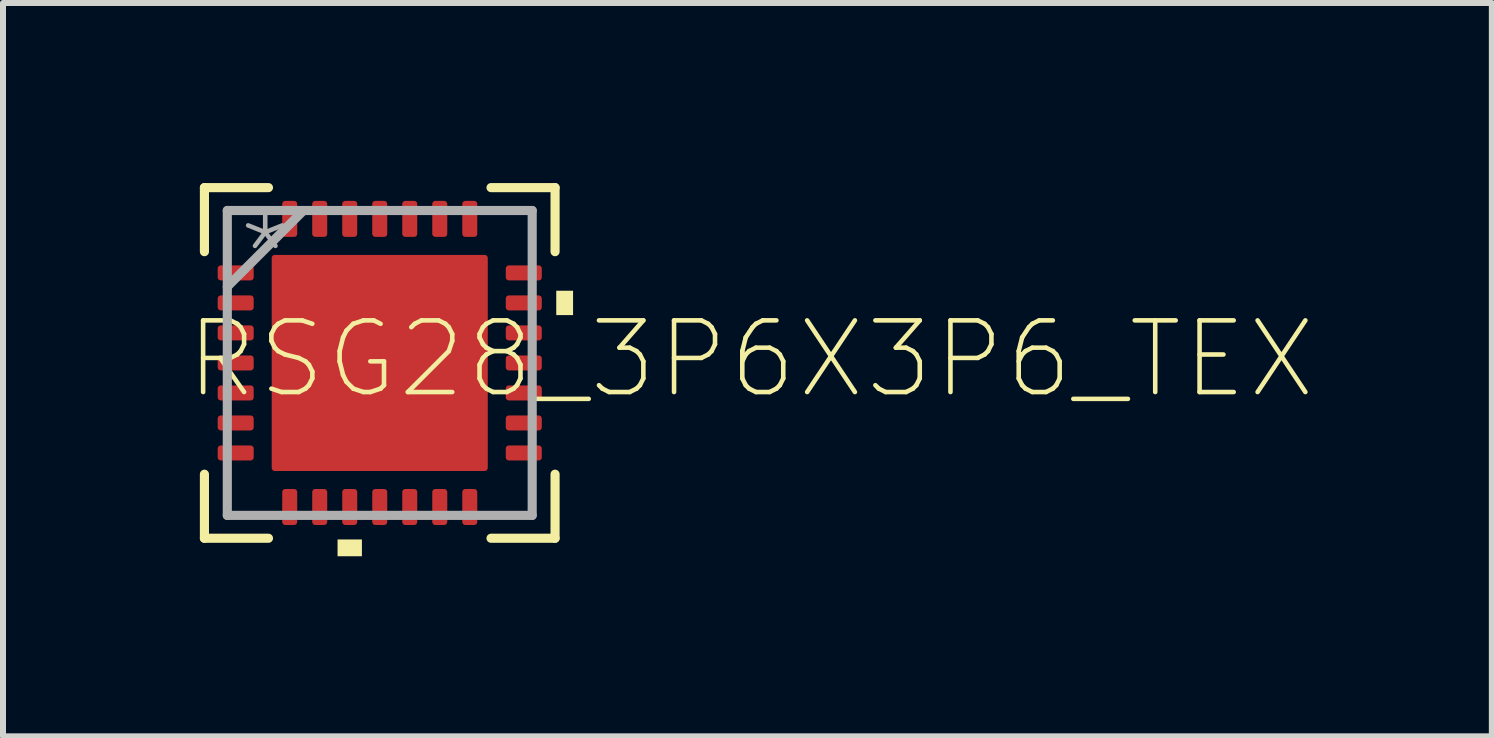
<source format=kicad_pcb>
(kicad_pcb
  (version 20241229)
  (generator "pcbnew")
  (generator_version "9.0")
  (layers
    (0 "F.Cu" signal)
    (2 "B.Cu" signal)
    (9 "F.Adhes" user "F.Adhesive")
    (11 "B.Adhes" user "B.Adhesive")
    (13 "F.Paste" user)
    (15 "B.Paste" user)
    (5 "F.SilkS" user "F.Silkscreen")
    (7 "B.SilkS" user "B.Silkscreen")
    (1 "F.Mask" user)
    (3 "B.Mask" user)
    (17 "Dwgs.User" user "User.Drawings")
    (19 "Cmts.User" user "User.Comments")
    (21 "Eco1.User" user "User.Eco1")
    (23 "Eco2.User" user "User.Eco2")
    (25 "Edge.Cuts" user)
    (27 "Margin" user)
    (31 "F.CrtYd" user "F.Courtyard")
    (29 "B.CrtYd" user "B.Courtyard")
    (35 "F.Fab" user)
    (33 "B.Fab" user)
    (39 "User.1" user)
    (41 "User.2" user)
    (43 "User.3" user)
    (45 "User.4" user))
  (footprint "RSG28_3P6X3P6_TEX"
    (layer "F.Cu")
    (at 3.277 2.997)
    (property "Reference" "RSG28_3P6X3P6_TEX" (at -3.277 0.635 0) (layer "F.SilkS") (effects (font (size 1.194 1.194) (thickness 0.076)) (justify left bottom)))
    (fp_poly (pts (xy -1.368 1.876) (xy -1.876 1.876) (xy -1.876 -1.876) (xy -1.368 -1.876)) (stroke (width 0) (type solid)) (fill yes) (layer "F.Mask"))
    (fp_poly (pts (xy -0.581 1.876) (xy -0.994 1.876) (xy -0.994 -1.876) (xy -0.581 -1.876)) (stroke (width 0) (type solid)) (fill yes) (layer "F.Mask"))
    (fp_poly (pts (xy 0.206 1.876) (xy -0.206 1.876) (xy -0.206 -1.876) (xy 0.206 -1.876)) (stroke (width 0) (type solid)) (fill yes) (layer "F.Mask"))
    (fp_poly (pts (xy 0.994 1.876) (xy 0.581 1.876) (xy 0.581 -1.876) (xy 0.994 -1.876)) (stroke (width 0) (type solid)) (fill yes) (layer "F.Mask"))
    (fp_poly (pts (xy 1.876 -1.368) (xy -1.876 -1.368) (xy -1.876 -1.876) (xy 1.876 -1.876)) (stroke (width 0) (type solid)) (fill yes) (layer "F.Mask"))
    (fp_poly (pts (xy 1.876 -0.581) (xy -1.876 -0.581) (xy -1.876 -0.994) (xy 1.876 -0.994)) (stroke (width 0) (type solid)) (fill yes) (layer "F.Mask"))
    (fp_poly (pts (xy 1.876 0.206) (xy -1.876 0.206) (xy -1.876 -0.206) (xy 1.876 -0.206)) (stroke (width 0) (type solid)) (fill yes) (layer "F.Mask"))
    (fp_poly (pts (xy 1.876 0.994) (xy -1.876 0.994) (xy -1.876 0.581) (xy 1.876 0.581)) (stroke (width 0) (type solid)) (fill yes) (layer "F.Mask"))
    (fp_poly (pts (xy 1.876 1.876) (xy -1.876 1.876) (xy -1.876 1.368) (xy 1.876 1.368)) (stroke (width 0) (type solid)) (fill yes) (layer "F.Mask"))
    (fp_poly (pts (xy 1.876 1.876) (xy 1.368 1.876) (xy 1.368 -1.876) (xy 1.876 -1.876)) (stroke (width 0) (type solid)) (fill yes) (layer "F.Mask"))
    (fp_line (start -2.921 -2.921) (end -2.921 -1.854) (stroke (width 0.152) (type solid)) (layer "F.SilkS"))
    (fp_line (start -2.921 1.854) (end -2.921 2.921) (stroke (width 0.152) (type solid)) (layer "F.SilkS"))
    (fp_line (start -2.921 2.921) (end -1.854 2.921) (stroke (width 0.152) (type solid)) (layer "F.SilkS"))
    (fp_line (start -1.854 -2.921) (end -2.921 -2.921) (stroke (width 0.152) (type solid)) (layer "F.SilkS"))
    (fp_line (start 1.854 2.921) (end 2.921 2.921) (stroke (width 0.152) (type solid)) (layer "F.SilkS"))
    (fp_line (start 2.921 -2.921) (end 1.854 -2.921) (stroke (width 0.152) (type solid)) (layer "F.SilkS"))
    (fp_line (start 2.921 -1.854) (end 2.921 -2.921) (stroke (width 0.152) (type solid)) (layer "F.SilkS"))
    (fp_line (start 2.921 2.921) (end 2.921 1.854) (stroke (width 0.152) (type solid)) (layer "F.SilkS"))
    (fp_poly (pts (xy -0.297 3.221) (xy -0.703 3.221) (xy -0.703 2.941) (xy -0.297 2.941)) (stroke (width 0) (type solid)) (fill yes) (layer "F.SilkS"))
    (fp_poly (pts (xy 3.221 -0.797) (xy 2.941 -0.797) (xy 2.941 -1.203) (xy 3.221 -1.203)) (stroke (width 0) (type solid)) (fill yes) (layer "F.SilkS"))
    (fp_poly (pts (xy -1.268 -1.417) (xy -1.417 -1.268) (xy -1.738 -1.268) (xy -1.738 -1.738) (xy -1.268 -1.738)) (stroke (width 0) (type solid)) (fill yes) (layer "F.Paste"))
    (fp_poly (pts (xy -1.268 1.417) (xy -1.268 1.738) (xy -1.738 1.738) (xy -1.738 1.268) (xy -1.417 1.268)) (stroke (width 0) (type solid)) (fill yes) (layer "F.Paste"))
    (fp_poly (pts (xy 1.738 -1.268) (xy 1.417 -1.268) (xy 1.268 -1.417) (xy 1.268 -1.738) (xy 1.738 -1.738)) (stroke (width 0) (type solid)) (fill yes) (layer "F.Paste"))
    (fp_poly (pts (xy 1.738 1.738) (xy 1.268 1.738) (xy 1.268 1.417) (xy 1.417 1.268) (xy 1.738 1.268)) (stroke (width 0) (type solid)) (fill yes) (layer "F.Paste"))
    (fp_poly (pts (xy -1.268 -0.945) (xy -1.268 -0.63) (xy -1.417 -0.481) (xy -1.738 -0.481) (xy -1.738 -1.094) (xy -1.417 -1.094)) (stroke (width 0) (type solid)) (fill yes) (layer "F.Paste"))
    (fp_poly (pts (xy -1.268 -0.158) (xy -1.268 0.158) (xy -1.417 0.306) (xy -1.738 0.306) (xy -1.738 -0.306) (xy -1.417 -0.306)) (stroke (width 0) (type solid)) (fill yes) (layer "F.Paste"))
    (fp_poly (pts (xy -1.268 0.63) (xy -1.268 0.945) (xy -1.417 1.094) (xy -1.738 1.094) (xy -1.738 0.481) (xy -1.417 0.481)) (stroke (width 0) (type solid)) (fill yes) (layer "F.Paste"))
    (fp_poly (pts (xy -0.481 -1.417) (xy -0.63 -1.268) (xy -0.945 -1.268) (xy -1.094 -1.417) (xy -1.094 -1.738) (xy -0.481 -1.738)) (stroke (width 0) (type solid)) (fill yes) (layer "F.Paste"))
    (fp_poly (pts (xy -0.481 1.417) (xy -0.481 1.738) (xy -1.094 1.738) (xy -1.094 1.417) (xy -0.945 1.268) (xy -0.63 1.268)) (stroke (width 0) (type solid)) (fill yes) (layer "F.Paste"))
    (fp_poly (pts (xy 0.306 -1.417) (xy 0.158 -1.268) (xy -0.158 -1.268) (xy -0.306 -1.417) (xy -0.306 -1.738) (xy 0.306 -1.738)) (stroke (width 0) (type solid)) (fill yes) (layer "F.Paste"))
    (fp_poly (pts (xy 0.306 1.417) (xy 0.306 1.738) (xy -0.306 1.738) (xy -0.306 1.417) (xy -0.158 1.268) (xy 0.158 1.268)) (stroke (width 0) (type solid)) (fill yes) (layer "F.Paste"))
    (fp_poly (pts (xy 1.094 -1.417) (xy 0.945 -1.268) (xy 0.63 -1.268) (xy 0.481 -1.417) (xy 0.481 -1.738) (xy 1.094 -1.738)) (stroke (width 0) (type solid)) (fill yes) (layer "F.Paste"))
    (fp_poly (pts (xy 1.094 1.417) (xy 1.094 1.738) (xy 0.481 1.738) (xy 0.481 1.417) (xy 0.63 1.268) (xy 0.945 1.268)) (stroke (width 0) (type solid)) (fill yes) (layer "F.Paste"))
    (fp_poly (pts (xy 1.738 -0.481) (xy 1.417 -0.481) (xy 1.268 -0.63) (xy 1.268 -0.945) (xy 1.417 -1.094) (xy 1.738 -1.094)) (stroke (width 0) (type solid)) (fill yes) (layer "F.Paste"))
    (fp_poly (pts (xy 1.738 0.306) (xy 1.417 0.306) (xy 1.268 0.158) (xy 1.268 -0.158) (xy 1.417 -0.306) (xy 1.738 -0.306)) (stroke (width 0) (type solid)) (fill yes) (layer "F.Paste"))
    (fp_poly (pts (xy 1.738 1.094) (xy 1.417 1.094) (xy 1.268 0.945) (xy 1.268 0.63) (xy 1.417 0.481) (xy 1.738 0.481)) (stroke (width 0) (type solid)) (fill yes) (layer "F.Paste"))
    (fp_poly (pts (xy -0.481 -0.945) (xy -0.481 -0.63) (xy -0.63 -0.481) (xy -0.945 -0.481) (xy -1.094 -0.63) (xy -1.094 -0.945) (xy -0.945 -1.094) (xy -0.63 -1.094)) (stroke (width 0) (type solid)) (fill yes) (layer "F.Paste"))
    (fp_poly (pts (xy -0.481 -0.158) (xy -0.481 0.158) (xy -0.63 0.306) (xy -0.945 0.306) (xy -1.094 0.158) (xy -1.094 -0.158) (xy -0.945 -0.306) (xy -0.63 -0.306)) (stroke (width 0) (type solid)) (fill yes) (layer "F.Paste"))
    (fp_poly (pts (xy -0.481 0.63) (xy -0.481 0.945) (xy -0.63 1.094) (xy -0.945 1.094) (xy -1.094 0.945) (xy -1.094 0.63) (xy -0.945 0.481) (xy -0.63 0.481)) (stroke (width 0) (type solid)) (fill yes) (layer "F.Paste"))
    (fp_poly (pts (xy 0.306 -0.945) (xy 0.306 -0.63) (xy 0.158 -0.481) (xy -0.158 -0.481) (xy -0.306 -0.63) (xy -0.306 -0.945) (xy -0.158 -1.094) (xy 0.158 -1.094)) (stroke (width 0) (type solid)) (fill yes) (layer "F.Paste"))
    (fp_poly (pts (xy 0.306 -0.158) (xy 0.306 0.158) (xy 0.158 0.306) (xy -0.158 0.306) (xy -0.306 0.158) (xy -0.306 -0.158) (xy -0.158 -0.306) (xy 0.158 -0.306)) (stroke (width 0) (type solid)) (fill yes) (layer "F.Paste"))
    (fp_poly (pts (xy 0.306 0.63) (xy 0.306 0.945) (xy 0.158 1.094) (xy -0.158 1.094) (xy -0.306 0.945) (xy -0.306 0.63) (xy -0.158 0.481) (xy 0.158 0.481)) (stroke (width 0) (type solid)) (fill yes) (layer "F.Paste"))
    (fp_poly (pts (xy 1.094 -0.945) (xy 1.094 -0.63) (xy 0.945 -0.481) (xy 0.63 -0.481) (xy 0.481 -0.63) (xy 0.481 -0.945) (xy 0.63 -1.094) (xy 0.945 -1.094)) (stroke (width 0) (type solid)) (fill yes) (layer "F.Paste"))
    (fp_poly (pts (xy 1.094 -0.158) (xy 1.094 0.158) (xy 0.945 0.306) (xy 0.63 0.306) (xy 0.481 0.158) (xy 0.481 -0.158) (xy 0.63 -0.306) (xy 0.945 -0.306)) (stroke (width 0) (type solid)) (fill yes) (layer "F.Paste"))
    (fp_poly (pts (xy 1.094 0.63) (xy 1.094 0.945) (xy 0.945 1.094) (xy 0.63 1.094) (xy 0.481 0.945) (xy 0.481 0.63) (xy 0.63 0.481) (xy 0.945 0.481)) (stroke (width 0) (type solid)) (fill yes) (layer "F.Paste"))
    (fp_line (start -2.54 -2.54) (end -2.54 2.54) (stroke (width 0.152) (type solid)) (layer "F.Fab"))
    (fp_line (start -2.54 -1.27) (end -1.27 -2.54) (stroke (width 0.152) (type solid)) (layer "F.Fab"))
    (fp_line (start -2.54 2.54) (end 2.54 2.54) (stroke (width 0.152) (type solid)) (layer "F.Fab"))
    (fp_line (start 2.54 -2.54) (end -2.54 -2.54) (stroke (width 0.152) (type solid)) (layer "F.Fab"))
    (fp_line (start 2.54 2.54) (end 2.54 -2.54) (stroke (width 0.152) (type solid)) (layer "F.Fab"))
    (fp_text user "*" (at -2.413 -1.118 0) (layer "F.Fab") (effects (font (size 1.194 1.194) (thickness 0.076)) (justify left bottom)))
    (pad "1" smd roundrect (at -2.4 -1.5 270) (size 0.25 0.6) (layers "F.Cu" "F.Mask" "F.Paste") (roundrect_rratio 0.203))
    (pad "2" smd roundrect (at -2.4 -1 270) (size 0.25 0.6) (layers "F.Cu" "F.Mask" "F.Paste") (roundrect_rratio 0.203))
    (pad "3" smd roundrect (at -2.4 -0.5 270) (size 0.25 0.6) (layers "F.Cu" "F.Mask" "F.Paste") (roundrect_rratio 0.203))
    (pad "4" smd roundrect (at -2.4 0 270) (size 0.25 0.6) (layers "F.Cu" "F.Mask" "F.Paste") (roundrect_rratio 0.203))
    (pad "5" smd roundrect (at -2.4 0.5 270) (size 0.25 0.6) (layers "F.Cu" "F.Mask" "F.Paste") (roundrect_rratio 0.203))
    (pad "6" smd roundrect (at -2.4 1 270) (size 0.25 0.6) (layers "F.Cu" "F.Mask" "F.Paste") (roundrect_rratio 0.203))
    (pad "7" smd roundrect (at -2.4 1.5 270) (size 0.25 0.6) (layers "F.Cu" "F.Mask" "F.Paste") (roundrect_rratio 0.203))
    (pad "8" smd roundrect (at -1.5 2.4 180) (size 0.25 0.6) (layers "F.Cu" "F.Mask" "F.Paste") (roundrect_rratio 0.203))
    (pad "9" smd roundrect (at -1 2.4 180) (size 0.25 0.6) (layers "F.Cu" "F.Mask" "F.Paste") (roundrect_rratio 0.203))
    (pad "10" smd roundrect (at -0.5 2.4 180) (size 0.25 0.6) (layers "F.Cu" "F.Mask" "F.Paste") (roundrect_rratio 0.203))
    (pad "11" smd roundrect (at 0 2.4 180) (size 0.25 0.6) (layers "F.Cu" "F.Mask" "F.Paste") (roundrect_rratio 0.203))
    (pad "12" smd roundrect (at 0.5 2.4 180) (size 0.25 0.6) (layers "F.Cu" "F.Mask" "F.Paste") (roundrect_rratio 0.203))
    (pad "13" smd roundrect (at 1 2.4 180) (size 0.25 0.6) (layers "F.Cu" "F.Mask" "F.Paste") (roundrect_rratio 0.203))
    (pad "14" smd roundrect (at 1.5 2.4 180) (size 0.25 0.6) (layers "F.Cu" "F.Mask" "F.Paste") (roundrect_rratio 0.203))
    (pad "15" smd roundrect (at 2.4 1.5 270) (size 0.25 0.6) (layers "F.Cu" "F.Mask" "F.Paste") (roundrect_rratio 0.203))
    (pad "16" smd roundrect (at 2.4 1 270) (size 0.25 0.6) (layers "F.Cu" "F.Mask" "F.Paste") (roundrect_rratio 0.203))
    (pad "17" smd roundrect (at 2.4 0.5 270) (size 0.25 0.6) (layers "F.Cu" "F.Mask" "F.Paste") (roundrect_rratio 0.203))
    (pad "18" smd roundrect (at 2.4 0 270) (size 0.25 0.6) (layers "F.Cu" "F.Mask" "F.Paste") (roundrect_rratio 0.203))
    (pad "19" smd roundrect (at 2.4 -0.5 270) (size 0.25 0.6) (layers "F.Cu" "F.Mask" "F.Paste") (roundrect_rratio 0.203))
    (pad "20" smd roundrect (at 2.4 -1 270) (size 0.25 0.6) (layers "F.Cu" "F.Mask" "F.Paste") (roundrect_rratio 0.203))
    (pad "21" smd roundrect (at 2.4 -1.5 270) (size 0.25 0.6) (layers "F.Cu" "F.Mask" "F.Paste") (roundrect_rratio 0.203))
    (pad "22" smd roundrect (at 1.5 -2.4 180) (size 0.25 0.6) (layers "F.Cu" "F.Mask" "F.Paste") (roundrect_rratio 0.203))
    (pad "23" smd roundrect (at 1 -2.4 180) (size 0.25 0.6) (layers "F.Cu" "F.Mask" "F.Paste") (roundrect_rratio 0.203))
    (pad "24" smd roundrect (at 0.5 -2.4 180) (size 0.25 0.6) (layers "F.Cu" "F.Mask" "F.Paste") (roundrect_rratio 0.203))
    (pad "25" smd roundrect (at 0 -2.4 180) (size 0.25 0.6) (layers "F.Cu" "F.Mask" "F.Paste") (roundrect_rratio 0.203))
    (pad "26" smd roundrect (at -0.5 -2.4 180) (size 0.25 0.6) (layers "F.Cu" "F.Mask" "F.Paste") (roundrect_rratio 0.203))
    (pad "27" smd roundrect (at -1 -2.4 180) (size 0.25 0.6) (layers "F.Cu" "F.Mask" "F.Paste") (roundrect_rratio 0.203))
    (pad "28" smd roundrect (at -1.5 -2.4 180) (size 0.25 0.6) (layers "F.Cu" "F.Mask" "F.Paste") (roundrect_rratio 0.203))
    (pad "29" smd roundrect (at 0 0) (size 3.6 3.6) (layers "F.Cu" "F.Mask" "F.Paste") (roundrect_rratio 0.014)))
  (gr_rect
    (start -3 -3)
    (end 21.806 9.218)
    (stroke (width 0.1) (type default))
    (fill no)
    (layer "Edge.Cuts")))
</source>
